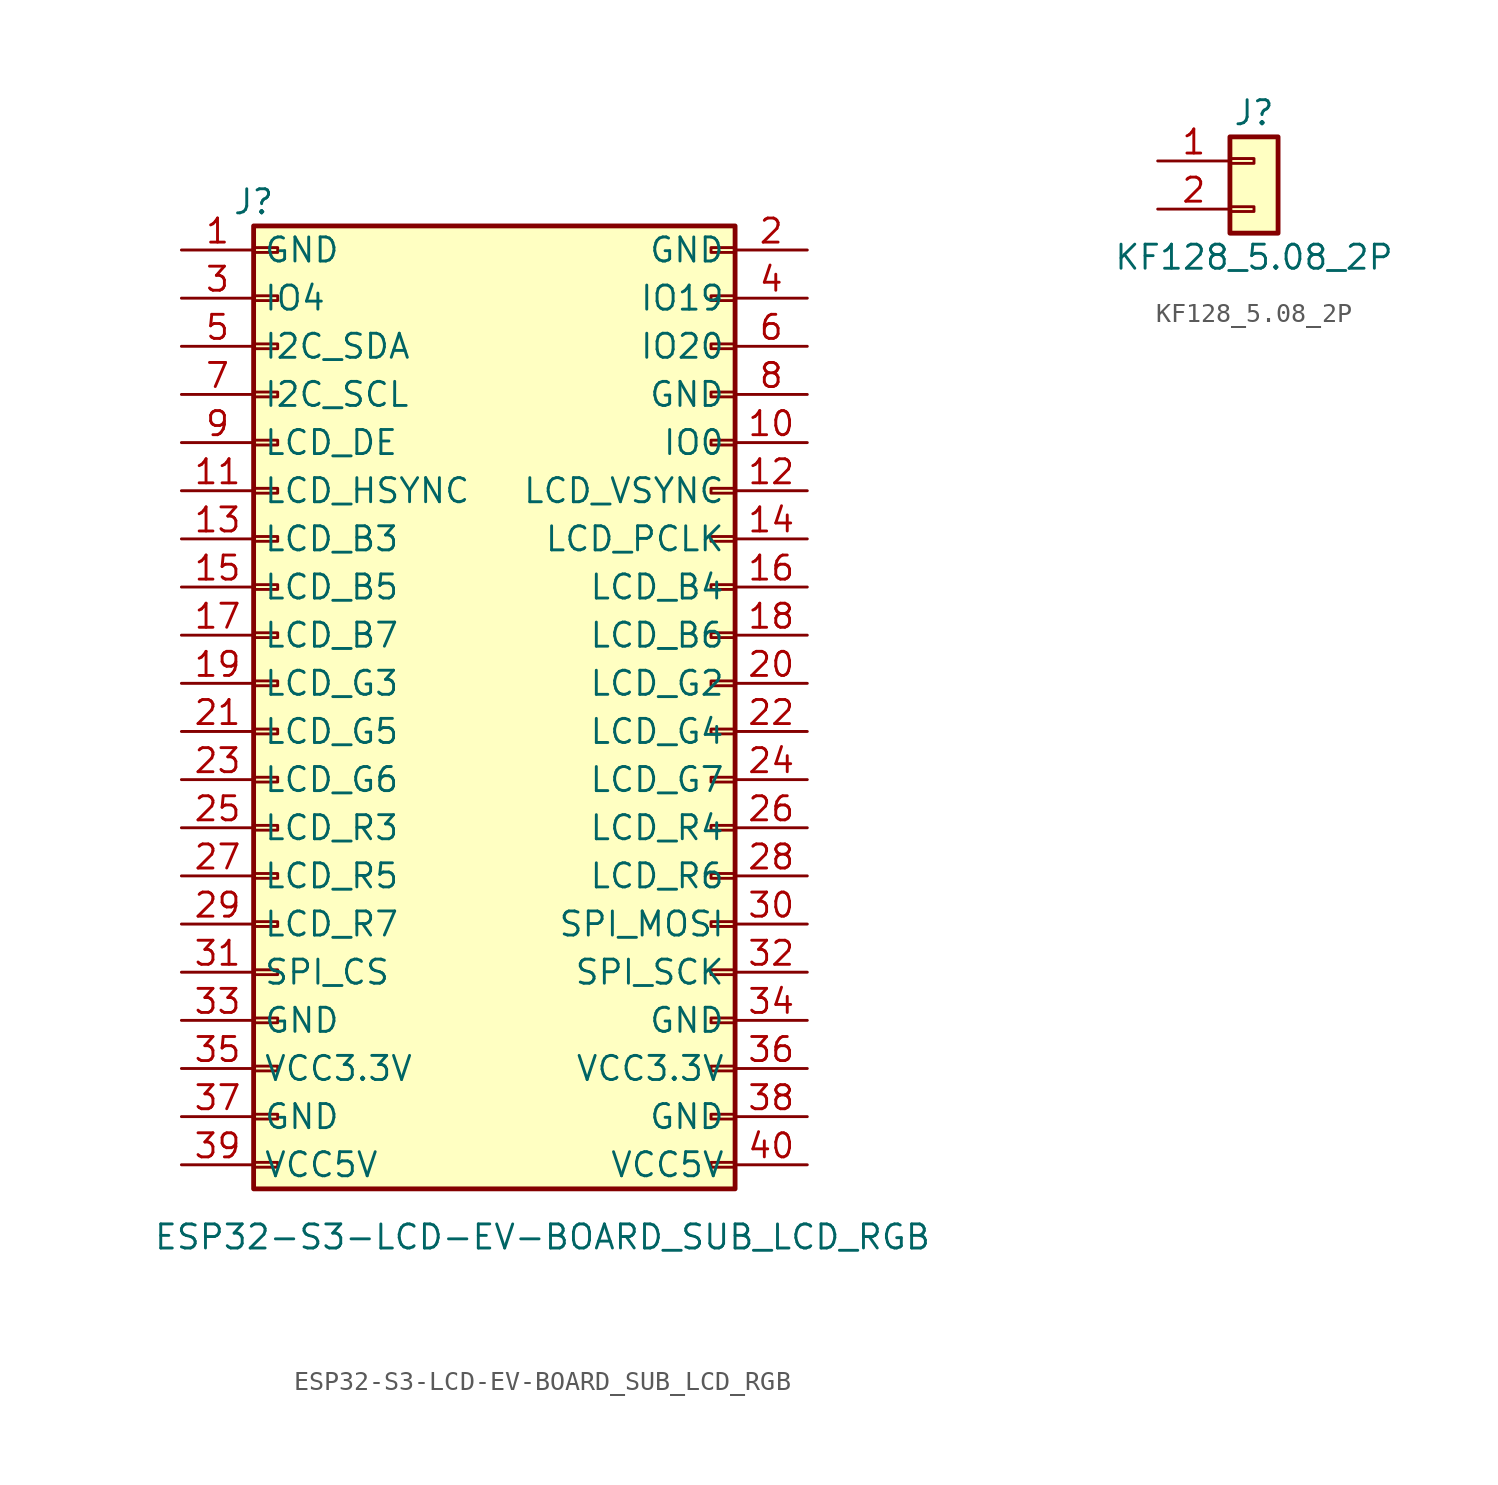
<source format=kicad_sym>
(kicad_symbol_lib
  (version 20211014)
  (generator kicad_symbol_editor)
  (symbol "ESP32-S3-LCD-EV-BOARD_SUB_LCD_RGB"
    (property "Reference" "J"
      (at 0 1.27 0)
      (effects (font (size 1.27 1.27))))
    (property "Value" "ESP32-S3-LCD-EV-BOARD_SUB_LCD_RGB"
      (at 15.24 -53.34 0)
      (effects (font (size 1.27 1.27))))
    (symbol "ESP32-S3-LCD-EV-BOARD_SUB_LCD_RGB_1_1"
      (rectangle (start 0 -49.403) (end 1.27 -49.657) (stroke (width 0.152) (type default) (color 0 0 0 0)) (fill (type none)))
      (rectangle (start 0 -46.863) (end 1.27 -47.117) (stroke (width 0.152) (type default) (color 0 0 0 0)) (fill (type none)))
      (rectangle (start 0 -44.323) (end 1.27 -44.577) (stroke (width 0.152) (type default) (color 0 0 0 0)) (fill (type none)))
      (rectangle (start 0 -41.783) (end 1.27 -42.037) (stroke (width 0.152) (type default) (color 0 0 0 0)) (fill (type none)))
      (rectangle (start 0 -39.243) (end 1.27 -39.497) (stroke (width 0.152) (type default) (color 0 0 0 0)) (fill (type none)))
      (rectangle (start 0 -36.703) (end 1.27 -36.957) (stroke (width 0.152) (type default) (color 0 0 0 0)) (fill (type none)))
      (rectangle (start 0 -34.163) (end 1.27 -34.417) (stroke (width 0.152) (type default) (color 0 0 0 0)) (fill (type none)))
      (rectangle (start 0 -31.623) (end 1.27 -31.877) (stroke (width 0.152) (type default) (color 0 0 0 0)) (fill (type none)))
      (rectangle (start 0 -29.083) (end 1.27 -29.337) (stroke (width 0.152) (type default) (color 0 0 0 0)) (fill (type none)))
      (rectangle (start 0 -26.543) (end 1.27 -26.797) (stroke (width 0.152) (type default) (color 0 0 0 0)) (fill (type none)))
      (rectangle (start 0 -24.003) (end 1.27 -24.257) (stroke (width 0.152) (type default) (color 0 0 0 0)) (fill (type none)))
      (rectangle (start 0 -21.463) (end 1.27 -21.717) (stroke (width 0.152) (type default) (color 0 0 0 0)) (fill (type none)))
      (rectangle (start 0 -18.923) (end 1.27 -19.177) (stroke (width 0.152) (type default) (color 0 0 0 0)) (fill (type none)))
      (rectangle (start 0 -16.383) (end 1.27 -16.637) (stroke (width 0.152) (type default) (color 0 0 0 0)) (fill (type none)))
      (rectangle (start 0 -13.843) (end 1.27 -14.097) (stroke (width 0.152) (type default) (color 0 0 0 0)) (fill (type none)))
      (rectangle (start 0 -11.303) (end 1.27 -11.557) (stroke (width 0.152) (type default) (color 0 0 0 0)) (fill (type none)))
      (rectangle (start 0 -8.763) (end 1.27 -9.017) (stroke (width 0.152) (type default) (color 0 0 0 0)) (fill (type none)))
      (rectangle (start 0 -6.223) (end 1.27 -6.477) (stroke (width 0.152) (type default) (color 0 0 0 0)) (fill (type none)))
      (rectangle (start 0 -3.683) (end 1.27 -3.937) (stroke (width 0.152) (type default) (color 0 0 0 0)) (fill (type none)))
      (rectangle (start 0 -1.143) (end 1.27 -1.397) (stroke (width 0.152) (type default) (color 0 0 0 0)) (fill (type none)))
      (rectangle (start 0 0) (end 25.4 -50.8) (stroke (width 0.254) (type default) (color 0 0 0 0)) (fill (type background)))
      (rectangle (start 25.4 -49.403) (end 24.13 -49.657) (stroke (width 0.152) (type default) (color 0 0 0 0)) (fill (type none)))
      (rectangle (start 25.4 -46.863) (end 24.13 -47.117) (stroke (width 0.152) (type default) (color 0 0 0 0)) (fill (type none)))
      (rectangle (start 25.4 -44.323) (end 24.13 -44.577) (stroke (width 0.152) (type default) (color 0 0 0 0)) (fill (type none)))
      (rectangle (start 25.4 -41.783) (end 24.13 -42.037) (stroke (width 0.152) (type default) (color 0 0 0 0)) (fill (type none)))
      (rectangle (start 25.4 -39.243) (end 24.13 -39.497) (stroke (width 0.152) (type default) (color 0 0 0 0)) (fill (type none)))
      (rectangle (start 25.4 -36.703) (end 24.13 -36.957) (stroke (width 0.152) (type default) (color 0 0 0 0)) (fill (type none)))
      (rectangle (start 25.4 -34.163) (end 24.13 -34.417) (stroke (width 0.152) (type default) (color 0 0 0 0)) (fill (type none)))
      (rectangle (start 25.4 -31.623) (end 24.13 -31.877) (stroke (width 0.152) (type default) (color 0 0 0 0)) (fill (type none)))
      (rectangle (start 25.4 -29.083) (end 24.13 -29.337) (stroke (width 0.152) (type default) (color 0 0 0 0)) (fill (type none)))
      (rectangle (start 25.4 -26.543) (end 24.13 -26.797) (stroke (width 0.152) (type default) (color 0 0 0 0)) (fill (type none)))
      (rectangle (start 25.4 -24.003) (end 24.13 -24.257) (stroke (width 0.152) (type default) (color 0 0 0 0)) (fill (type none)))
      (rectangle (start 25.4 -21.463) (end 24.13 -21.717) (stroke (width 0.152) (type default) (color 0 0 0 0)) (fill (type none)))
      (rectangle (start 25.4 -18.923) (end 24.13 -19.177) (stroke (width 0.152) (type default) (color 0 0 0 0)) (fill (type none)))
      (rectangle (start 25.4 -16.383) (end 24.13 -16.637) (stroke (width 0.152) (type default) (color 0 0 0 0)) (fill (type none)))
      (rectangle (start 25.4 -13.843) (end 24.13 -14.097) (stroke (width 0.152) (type default) (color 0 0 0 0)) (fill (type none)))
      (rectangle (start 25.4 -11.303) (end 24.13 -11.557) (stroke (width 0.152) (type default) (color 0 0 0 0)) (fill (type none)))
      (rectangle (start 25.4 -8.763) (end 24.13 -9.017) (stroke (width 0.152) (type default) (color 0 0 0 0)) (fill (type none)))
      (rectangle (start 25.4 -6.223) (end 24.13 -6.477) (stroke (width 0.152) (type default) (color 0 0 0 0)) (fill (type none)))
      (rectangle (start 25.4 -3.683) (end 24.13 -3.937) (stroke (width 0.152) (type default) (color 0 0 0 0)) (fill (type none)))
      (rectangle (start 25.4 -1.143) (end 24.13 -1.397) (stroke (width 0.152) (type default) (color 0 0 0 0)) (fill (type none)))
      (pin passive line (at -3.81 -1.27 0) (length 3.81) (name "GND" (effects (font (size 1.27 1.27)))) (number "1" (effects (font (size 1.27 1.27)))))
      (pin passive line (at 29.21 -11.43 180) (length 3.81) (name "IO0" (effects (font (size 1.27 1.27)))) (number "10" (effects (font (size 1.27 1.27)))))
      (pin passive line (at -3.81 -13.97 0) (length 3.81) (name "LCD_HSYNC" (effects (font (size 1.27 1.27)))) (number "11" (effects (font (size 1.27 1.27)))))
      (pin passive line (at 29.21 -13.97 180) (length 3.81) (name "LCD_VSYNC" (effects (font (size 1.27 1.27)))) (number "12" (effects (font (size 1.27 1.27)))))
      (pin passive line (at -3.81 -16.51 0) (length 3.81) (name "LCD_B3" (effects (font (size 1.27 1.27)))) (number "13" (effects (font (size 1.27 1.27)))))
      (pin passive line (at 29.21 -16.51 180) (length 3.81) (name "LCD_PCLK" (effects (font (size 1.27 1.27)))) (number "14" (effects (font (size 1.27 1.27)))))
      (pin passive line (at -3.81 -19.05 0) (length 3.81) (name "LCD_B5" (effects (font (size 1.27 1.27)))) (number "15" (effects (font (size 1.27 1.27)))))
      (pin passive line (at 29.21 -19.05 180) (length 3.81) (name "LCD_B4" (effects (font (size 1.27 1.27)))) (number "16" (effects (font (size 1.27 1.27)))))
      (pin passive line (at -3.81 -21.59 0) (length 3.81) (name "LCD_B7" (effects (font (size 1.27 1.27)))) (number "17" (effects (font (size 1.27 1.27)))))
      (pin passive line (at 29.21 -21.59 180) (length 3.81) (name "LCD_B6" (effects (font (size 1.27 1.27)))) (number "18" (effects (font (size 1.27 1.27)))))
      (pin passive line (at -3.81 -24.13 0) (length 3.81) (name "LCD_G3" (effects (font (size 1.27 1.27)))) (number "19" (effects (font (size 1.27 1.27)))))
      (pin passive line (at 29.21 -1.27 180) (length 3.81) (name "GND" (effects (font (size 1.27 1.27)))) (number "2" (effects (font (size 1.27 1.27)))))
      (pin passive line (at 29.21 -24.13 180) (length 3.81) (name "LCD_G2" (effects (font (size 1.27 1.27)))) (number "20" (effects (font (size 1.27 1.27)))))
      (pin passive line (at -3.81 -26.67 0) (length 3.81) (name "LCD_G5" (effects (font (size 1.27 1.27)))) (number "21" (effects (font (size 1.27 1.27)))))
      (pin passive line (at 29.21 -26.67 180) (length 3.81) (name "LCD_G4" (effects (font (size 1.27 1.27)))) (number "22" (effects (font (size 1.27 1.27)))))
      (pin passive line (at -3.81 -29.21 0) (length 3.81) (name "LCD_G6" (effects (font (size 1.27 1.27)))) (number "23" (effects (font (size 1.27 1.27)))))
      (pin passive line (at 29.21 -29.21 180) (length 3.81) (name "LCD_G7" (effects (font (size 1.27 1.27)))) (number "24" (effects (font (size 1.27 1.27)))))
      (pin passive line (at -3.81 -31.75 0) (length 3.81) (name "LCD_R3" (effects (font (size 1.27 1.27)))) (number "25" (effects (font (size 1.27 1.27)))))
      (pin passive line (at 29.21 -31.75 180) (length 3.81) (name "LCD_R4" (effects (font (size 1.27 1.27)))) (number "26" (effects (font (size 1.27 1.27)))))
      (pin passive line (at -3.81 -34.29 0) (length 3.81) (name "LCD_R5" (effects (font (size 1.27 1.27)))) (number "27" (effects (font (size 1.27 1.27)))))
      (pin passive line (at 29.21 -34.29 180) (length 3.81) (name "LCD_R6" (effects (font (size 1.27 1.27)))) (number "28" (effects (font (size 1.27 1.27)))))
      (pin passive line (at -3.81 -36.83 0) (length 3.81) (name "LCD_R7" (effects (font (size 1.27 1.27)))) (number "29" (effects (font (size 1.27 1.27)))))
      (pin passive line (at -3.81 -3.81 0) (length 3.81) (name "IO4" (effects (font (size 1.27 1.27)))) (number "3" (effects (font (size 1.27 1.27)))))
      (pin passive line (at 29.21 -36.83 180) (length 3.81) (name "SPI_MOSI" (effects (font (size 1.27 1.27)))) (number "30" (effects (font (size 1.27 1.27)))))
      (pin passive line (at -3.81 -39.37 0) (length 3.81) (name "SPI_CS" (effects (font (size 1.27 1.27)))) (number "31" (effects (font (size 1.27 1.27)))))
      (pin passive line (at 29.21 -39.37 180) (length 3.81) (name "SPI_SCK" (effects (font (size 1.27 1.27)))) (number "32" (effects (font (size 1.27 1.27)))))
      (pin passive line (at -3.81 -41.91 0) (length 3.81) (name "GND" (effects (font (size 1.27 1.27)))) (number "33" (effects (font (size 1.27 1.27)))))
      (pin passive line (at 29.21 -41.91 180) (length 3.81) (name "GND" (effects (font (size 1.27 1.27)))) (number "34" (effects (font (size 1.27 1.27)))))
      (pin passive line (at -3.81 -44.45 0) (length 3.81) (name "VCC3.3V" (effects (font (size 1.27 1.27)))) (number "35" (effects (font (size 1.27 1.27)))))
      (pin passive line (at 29.21 -44.45 180) (length 3.81) (name "VCC3.3V" (effects (font (size 1.27 1.27)))) (number "36" (effects (font (size 1.27 1.27)))))
      (pin passive line (at -3.81 -46.99 0) (length 3.81) (name "GND" (effects (font (size 1.27 1.27)))) (number "37" (effects (font (size 1.27 1.27)))))
      (pin passive line (at 29.21 -46.99 180) (length 3.81) (name "GND" (effects (font (size 1.27 1.27)))) (number "38" (effects (font (size 1.27 1.27)))))
      (pin passive line (at -3.81 -49.53 0) (length 3.81) (name "VCC5V" (effects (font (size 1.27 1.27)))) (number "39" (effects (font (size 1.27 1.27)))))
      (pin passive line (at 29.21 -3.81 180) (length 3.81) (name "IO19" (effects (font (size 1.27 1.27)))) (number "4" (effects (font (size 1.27 1.27)))))
      (pin passive line (at 29.21 -49.53 180) (length 3.81) (name "VCC5V" (effects (font (size 1.27 1.27)))) (number "40" (effects (font (size 1.27 1.27)))))
      (pin passive line (at -3.81 -6.35 0) (length 3.81) (name "I2C_SDA" (effects (font (size 1.27 1.27)))) (number "5" (effects (font (size 1.27 1.27)))))
      (pin passive line (at 29.21 -6.35 180) (length 3.81) (name "IO20" (effects (font (size 1.27 1.27)))) (number "6" (effects (font (size 1.27 1.27)))))
      (pin passive line (at -3.81 -8.89 0) (length 3.81) (name "I2C_SCL" (effects (font (size 1.27 1.27)))) (number "7" (effects (font (size 1.27 1.27)))))
      (pin passive line (at 29.21 -8.89 180) (length 3.81) (name "GND" (effects (font (size 1.27 1.27)))) (number "8" (effects (font (size 1.27 1.27)))))
      (pin passive line (at -3.81 -11.43 0) (length 3.81) (name "LCD_DE" (effects (font (size 1.27 1.27)))) (number "9" (effects (font (size 1.27 1.27)))))))
  (symbol "KF128_5.08_2P"
    (pin_names
      (offset 1.016) hide)
    (property "Reference" "J"
      (at 0 2.54 0)
      (effects (font (size 1.27 1.27))))
    (property "Value" "KF128_5.08_2P"
      (at 0 -5.08 0)
      (effects (font (size 1.27 1.27))))
    (symbol "KF128_5.08_2P_1_1"
      (rectangle (start -1.27 -2.413) (end 0 -2.667) (stroke (width 0.152) (type default) (color 0 0 0 0)) (fill (type none)))
      (rectangle (start -1.27 0.127) (end 0 -0.127) (stroke (width 0.152) (type default) (color 0 0 0 0)) (fill (type none)))
      (rectangle (start -1.27 1.27) (end 1.27 -3.81) (stroke (width 0.254) (type default) (color 0 0 0 0)) (fill (type background)))
      (pin passive line (at -5.08 0 0) (length 3.81) (name "Pin_1" (effects (font (size 1.27 1.27)))) (number "1" (effects (font (size 1.27 1.27)))))
      (pin passive line (at -5.08 -2.54 0) (length 3.81) (name "Pin_2" (effects (font (size 1.27 1.27)))) (number "2" (effects (font (size 1.27 1.27))))))))
</source>
